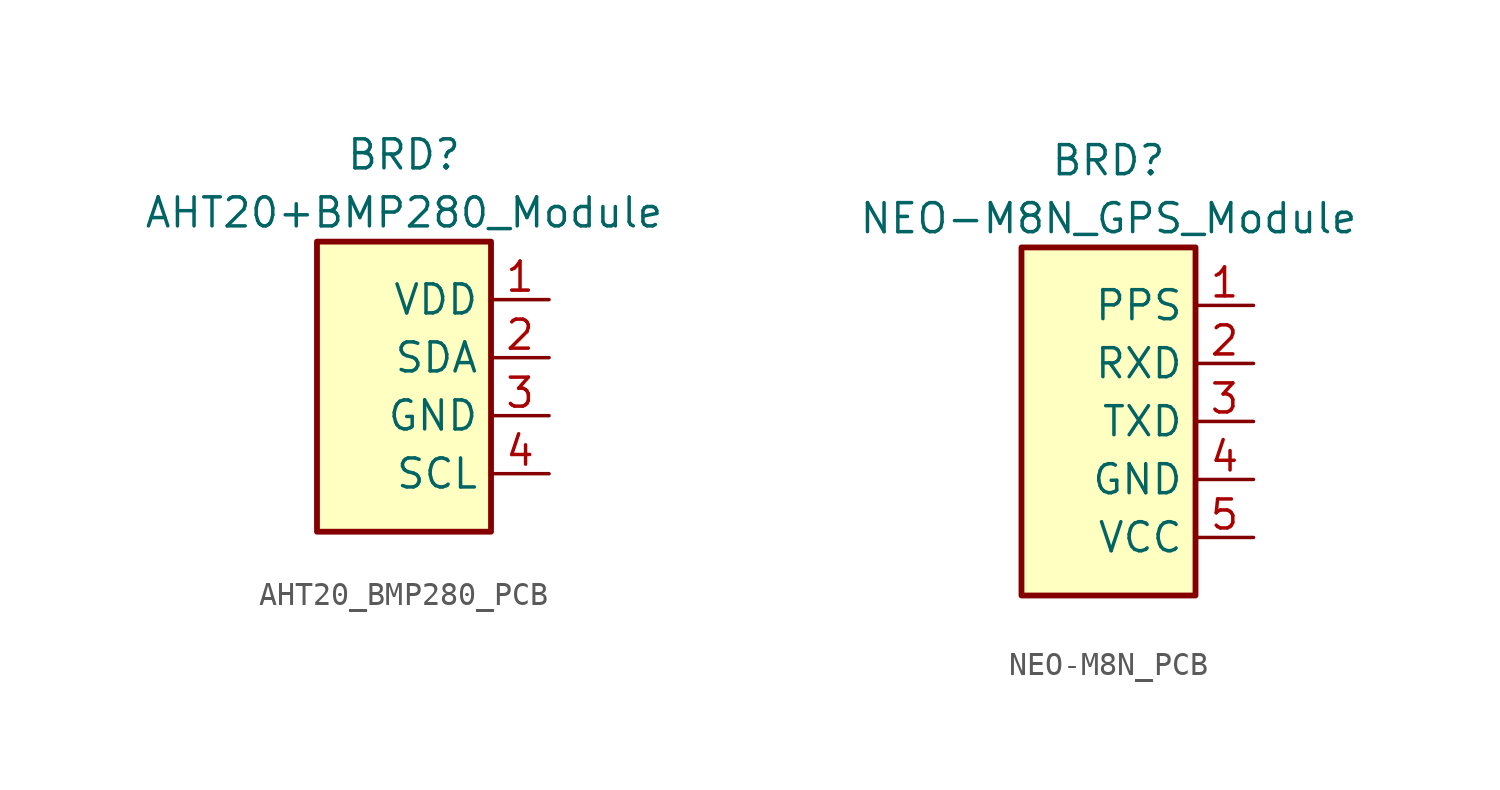
<source format=kicad_sym>
(kicad_symbol_lib
  (version 20220914)
  (generator kicad_symbol_editor)
  (symbol "AHT20_BMP280_PCB"
    (property "Reference" "BRD"
      (at 0 10.16 0)
      (effects (font (size 1.27 1.27))))
    (property "Value" "AHT20+BMP280_Module"
      (at 0 7.62 0)
      (effects (font (size 1.27 1.27))))
    (symbol "AHT20_BMP280_PCB_1_1"
      (rectangle (start -3.81 6.35) (end 3.81 -6.35) (stroke (width 0.254) (type default)) (fill (type background)))
      (pin power_in line (at 6.35 3.81 180) (length 2.54) (name "VDD" (effects (font (size 1.27 1.27)))) (number "1" (effects (font (size 1.27 1.27)))))
      (pin bidirectional line (at 6.35 1.27 180) (length 2.54) (name "SDA" (effects (font (size 1.27 1.27)))) (number "2" (effects (font (size 1.27 1.27)))))
      (pin power_in line (at 6.35 -1.27 180) (length 2.54) (name "GND" (effects (font (size 1.27 1.27)))) (number "3" (effects (font (size 1.27 1.27)))))
      (pin bidirectional line (at 6.35 -3.81 180) (length 2.54) (name "SCL" (effects (font (size 1.27 1.27)))) (number "4" (effects (font (size 1.27 1.27)))))))
  (symbol "NEO-M8N_PCB"
    (property "Reference" "BRD"
      (at 0 11.43 0)
      (effects (font (size 1.27 1.27))))
    (property "Value" "NEO-M8N_GPS_Module"
      (at 0 8.89 0)
      (effects (font (size 1.27 1.27))))
    (symbol "NEO-M8N_PCB_1_1"
      (rectangle (start -3.81 7.62) (end 3.81 -7.62) (stroke (width 0.254) (type default)) (fill (type background)))
      (pin output line (at 6.35 5.08 180) (length 2.54) (name "PPS" (effects (font (size 1.27 1.27)))) (number "1" (effects (font (size 1.27 1.27)))))
      (pin input line (at 6.35 2.54 180) (length 2.54) (name "RXD" (effects (font (size 1.27 1.27)))) (number "2" (effects (font (size 1.27 1.27)))))
      (pin output line (at 6.35 0 180) (length 2.54) (name "TXD" (effects (font (size 1.27 1.27)))) (number "3" (effects (font (size 1.27 1.27)))))
      (pin power_in line (at 6.35 -2.54 180) (length 2.54) (name "GND" (effects (font (size 1.27 1.27)))) (number "4" (effects (font (size 1.27 1.27)))))
      (pin power_in line (at 6.35 -5.08 180) (length 2.54) (name "VCC" (effects (font (size 1.27 1.27)))) (number "5" (effects (font (size 1.27 1.27))))))))
</source>
